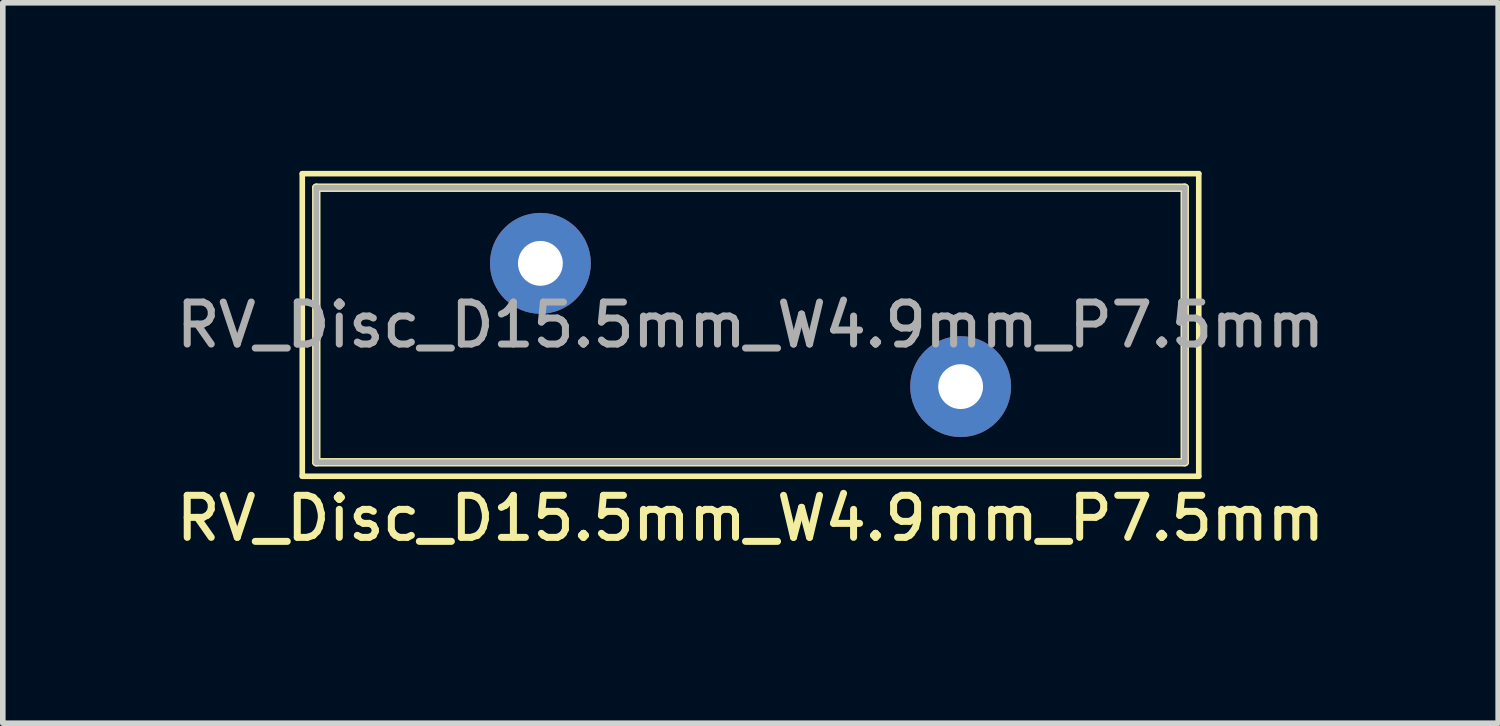
<source format=kicad_pcb>
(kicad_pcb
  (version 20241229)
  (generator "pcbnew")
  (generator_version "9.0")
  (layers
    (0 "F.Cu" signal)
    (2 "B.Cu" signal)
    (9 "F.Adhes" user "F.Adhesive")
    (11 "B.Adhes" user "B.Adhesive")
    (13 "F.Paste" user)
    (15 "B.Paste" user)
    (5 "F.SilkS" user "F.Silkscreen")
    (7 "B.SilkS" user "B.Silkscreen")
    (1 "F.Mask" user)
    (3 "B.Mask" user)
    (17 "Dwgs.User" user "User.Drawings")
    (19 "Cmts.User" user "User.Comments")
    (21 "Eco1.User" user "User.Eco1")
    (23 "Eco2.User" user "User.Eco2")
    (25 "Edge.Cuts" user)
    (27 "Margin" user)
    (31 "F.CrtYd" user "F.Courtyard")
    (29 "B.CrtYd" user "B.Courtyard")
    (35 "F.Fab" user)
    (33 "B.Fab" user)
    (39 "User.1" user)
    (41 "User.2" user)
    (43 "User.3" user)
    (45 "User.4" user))
  (footprint "RV_Disc_D15.5mm_W4.9mm_P7.5mm"
    (layer "F.Cu")
    (at 6.595 1.65)
    (property "Reference" "RV_Disc_D15.5mm_W4.9mm_P7.5mm" (at 3.75 4.55 0) (layer "F.SilkS") (effects (font (size 0.75 0.75) (thickness 0.125))))
    (attr through_hole)
    (fp_line (start -4.25 -1.6) (end -4.25 3.8) (stroke (width 0.1) (type solid)) (layer "F.SilkS"))
    (fp_line (start -4.25 -1.6) (end 11.75 -1.6) (stroke (width 0.1) (type solid)) (layer "F.SilkS"))
    (fp_line (start -4.25 3.8) (end 11.75 3.8) (stroke (width 0.1) (type solid)) (layer "F.SilkS"))
    (fp_line (start -4 -1.35) (end -4 3.55) (stroke (width 0.15) (type solid)) (layer "F.SilkS"))
    (fp_line (start -4 -1.35) (end 11.5 -1.35) (stroke (width 0.15) (type solid)) (layer "F.SilkS"))
    (fp_line (start -4 3.55) (end 11.5 3.55) (stroke (width 0.15) (type solid)) (layer "F.SilkS"))
    (fp_line (start 11.5 -1.35) (end 11.5 3.55) (stroke (width 0.15) (type solid)) (layer "F.SilkS"))
    (fp_line (start 11.75 -1.6) (end 11.75 3.8) (stroke (width 0.1) (type solid)) (layer "F.SilkS"))
    (fp_line (start -4 -1.35) (end -4 3.55) (stroke (width 0.1) (type solid)) (layer "F.Fab"))
    (fp_line (start -4 -1.35) (end 11.5 -1.35) (stroke (width 0.1) (type solid)) (layer "F.Fab"))
    (fp_line (start -4 3.55) (end 11.5 3.55) (stroke (width 0.1) (type solid)) (layer "F.Fab"))
    (fp_line (start 11.5 -1.35) (end 11.5 3.55) (stroke (width 0.1) (type solid)) (layer "F.Fab"))
    (fp_text user "${REFERENCE}" (at 3.75 1.1 0) (layer "F.Fab") (effects (font (size 0.75 0.75) (thickness 0.125))))
    (pad "1" thru_hole circle (at 0 0) (size 1.8 1.8) (drill 0.8) (layers "*.Cu" "*.Mask"))
    (pad "2" thru_hole circle (at 7.5 2.2) (size 1.8 1.8) (drill 0.8) (layers "*.Cu" "*.Mask")))
  (gr_rect
    (start -3 -3)
    (end 23.689 9.858)
    (stroke (width 0.1) (type default))
    (fill no)
    (layer "Edge.Cuts")))
</source>
